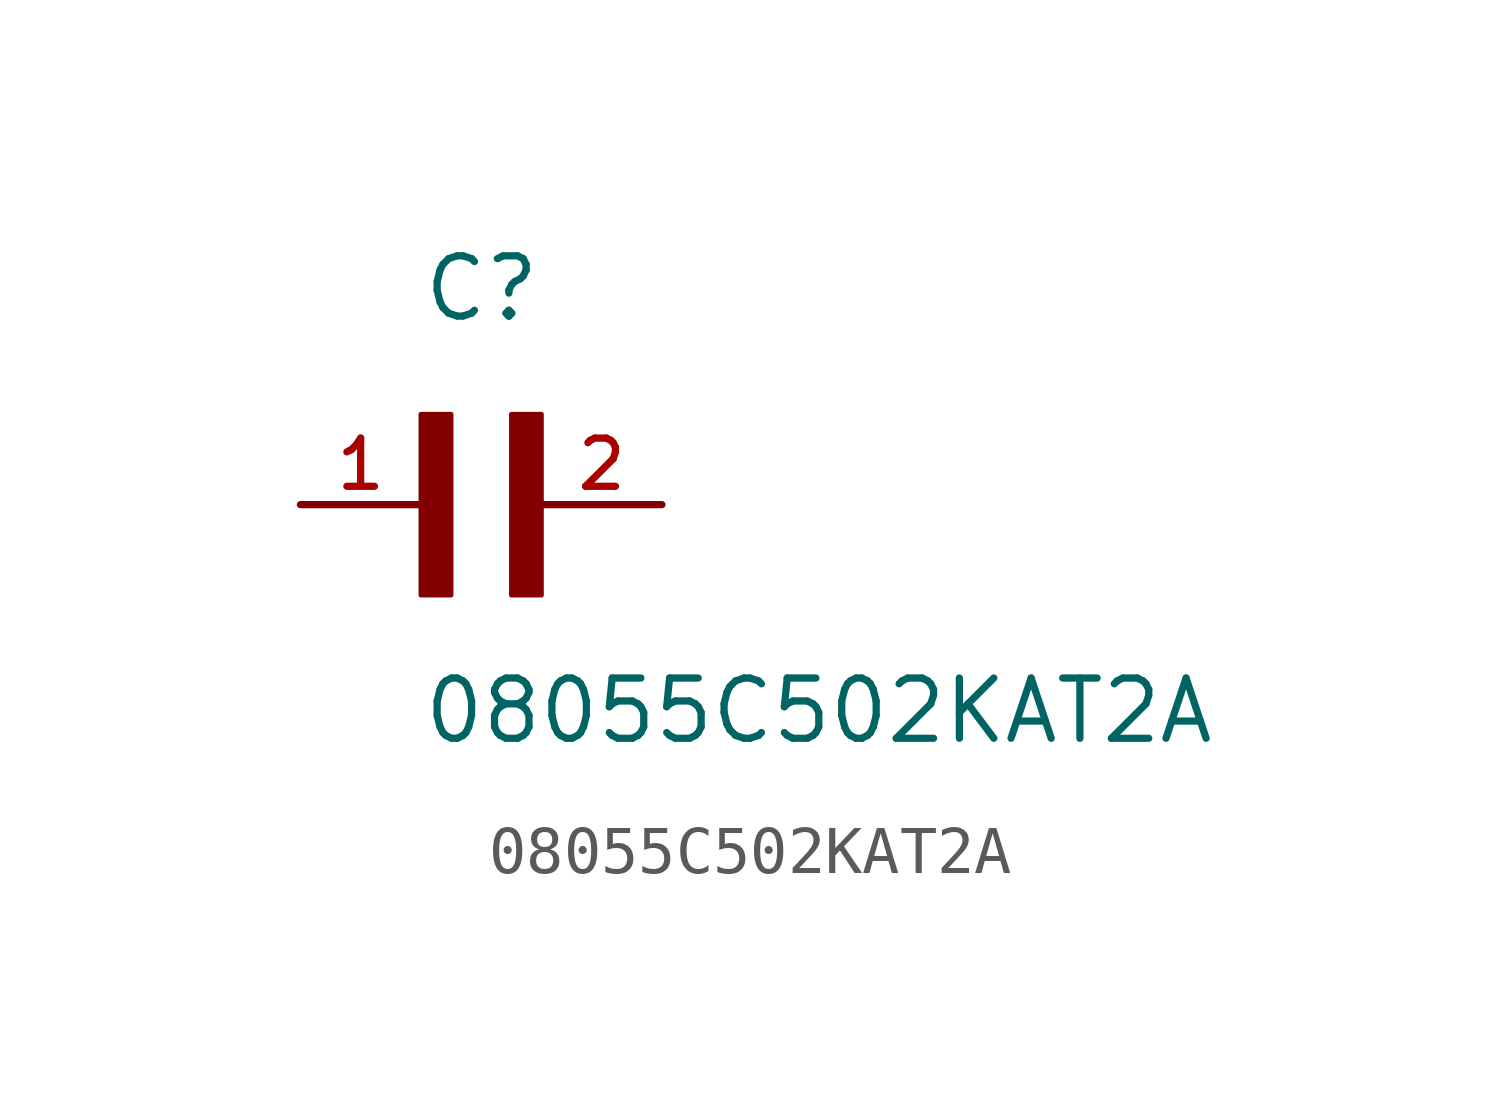
<source format=kicad_sym>
(kicad_symbol_lib
  (version 20211014)
  (generator kicad_symbol_editor)
  (symbol "08055C502KAT2A"
    (pin_names
      (offset 1.016))
    (property "Reference" "C"
      (at 0.0 3.811 0)
      (effects (font (size 1.27 1.27)) (justify bottom left)))
    (property "Value" "08055C502KAT2A"
      (at 0.0 -5.088 0)
      (effects (font (size 1.27 1.27)) (justify bottom left)))
    (symbol "08055C502KAT2A_0_0"
      (rectangle (start 0.0 -1.907) (end 0.635 1.905) (stroke (width 0.1)) (fill (type outline)))
      (rectangle (start 1.907 -1.907) (end 2.54 1.905) (stroke (width 0.1)) (fill (type outline)))
      (pin passive line (at 5.08 0.0 180.0) (length 2.54) (name "~" (effects (font (size 1.016 1.016)))) (number "2" (effects (font (size 1.016 1.016)))))
      (pin passive line (at -2.54 0.0 0) (length 2.54) (name "~" (effects (font (size 1.016 1.016)))) (number "1" (effects (font (size 1.016 1.016))))))))
</source>
